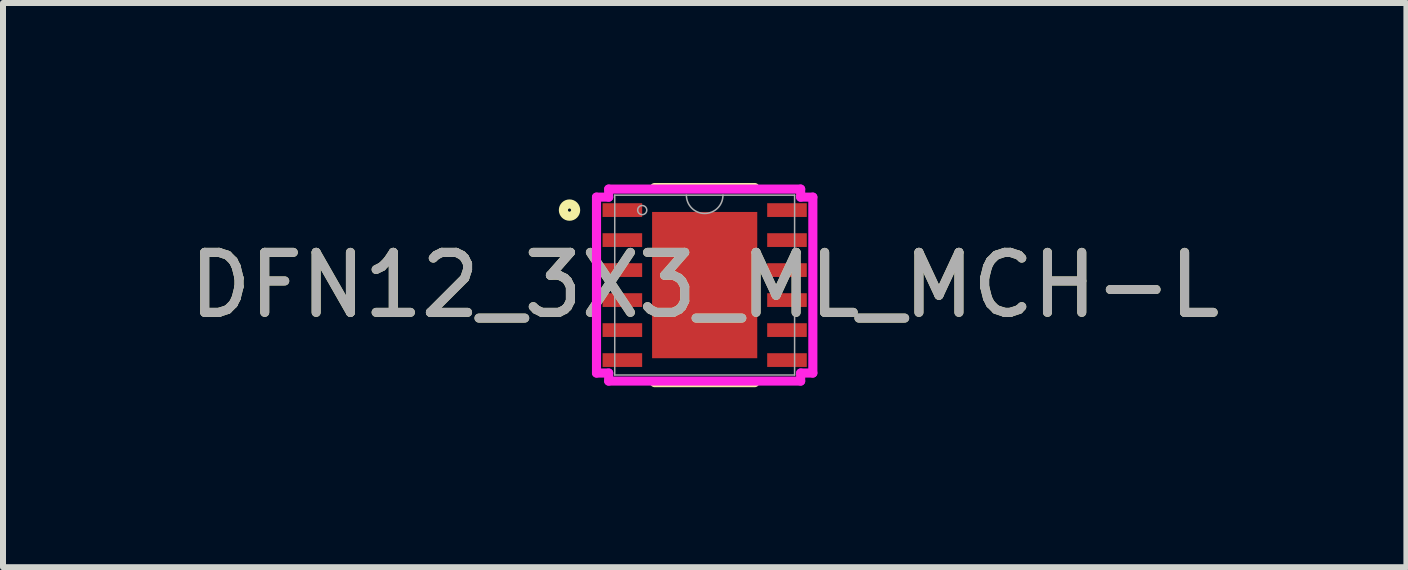
<source format=kicad_pcb>
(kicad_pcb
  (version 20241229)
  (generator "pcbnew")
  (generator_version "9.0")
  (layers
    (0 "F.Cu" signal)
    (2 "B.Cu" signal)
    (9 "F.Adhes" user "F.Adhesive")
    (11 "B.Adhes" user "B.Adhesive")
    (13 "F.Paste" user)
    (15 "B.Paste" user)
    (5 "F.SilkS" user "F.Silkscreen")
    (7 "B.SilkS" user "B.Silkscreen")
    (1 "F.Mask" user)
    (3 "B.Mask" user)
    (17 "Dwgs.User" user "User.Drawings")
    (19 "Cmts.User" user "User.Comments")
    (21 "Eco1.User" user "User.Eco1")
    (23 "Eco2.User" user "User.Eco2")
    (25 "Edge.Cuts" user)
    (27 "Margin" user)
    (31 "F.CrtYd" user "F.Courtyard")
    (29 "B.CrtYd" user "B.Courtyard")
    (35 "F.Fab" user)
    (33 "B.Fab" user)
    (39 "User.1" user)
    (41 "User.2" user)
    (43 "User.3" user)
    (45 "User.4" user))
  (footprint "DFN12_3X3_ML_MCH-L"
    (layer "F.Cu")
    (at 8.696 1.702)
    (property "Reference" "DFN12_3X3_ML_MCH-L" (at 0 0 0) (unlocked yes) (layer "F.SilkS") (effects (font (size 1 1) (thickness 0.15))))
    (attr smd)
    (fp_line (start -0.835 1.626) (end 0.835 1.626) (stroke (width 0.152) (type solid)) (layer "F.SilkS"))
    (fp_line (start 0.835 -1.626) (end -0.835 -1.626) (stroke (width 0.152) (type solid)) (layer "F.SilkS"))
    (fp_circle (center -2.253 -1.25) (end -2.151 -1.25) (stroke (width 0.152) (type solid)) (fill no) (layer "F.SilkS"))
    (fp_line (start -1.803 -1.466) (end -1.6 -1.466) (stroke (width 0.152) (type solid)) (layer "F.CrtYd"))
    (fp_line (start -1.803 1.466) (end -1.803 -1.466) (stroke (width 0.152) (type solid)) (layer "F.CrtYd"))
    (fp_line (start -1.803 1.466) (end -1.6 1.466) (stroke (width 0.152) (type solid)) (layer "F.CrtYd"))
    (fp_line (start -1.6 -1.6) (end 1.6 -1.6) (stroke (width 0.152) (type solid)) (layer "F.CrtYd"))
    (fp_line (start -1.6 -1.466) (end -1.6 -1.6) (stroke (width 0.152) (type solid)) (layer "F.CrtYd"))
    (fp_line (start -1.6 1.6) (end -1.6 1.466) (stroke (width 0.152) (type solid)) (layer "F.CrtYd"))
    (fp_line (start 1.6 -1.6) (end 1.6 -1.466) (stroke (width 0.152) (type solid)) (layer "F.CrtYd"))
    (fp_line (start 1.6 1.466) (end 1.6 1.6) (stroke (width 0.152) (type solid)) (layer "F.CrtYd"))
    (fp_line (start 1.6 1.6) (end -1.6 1.6) (stroke (width 0.152) (type solid)) (layer "F.CrtYd"))
    (fp_line (start 1.803 -1.466) (end 1.6 -1.466) (stroke (width 0.152) (type solid)) (layer "F.CrtYd"))
    (fp_line (start 1.803 -1.466) (end 1.803 1.466) (stroke (width 0.152) (type solid)) (layer "F.CrtYd"))
    (fp_line (start 1.803 1.466) (end 1.6 1.466) (stroke (width 0.152) (type solid)) (layer "F.CrtYd"))
    (fp_line (start -1.499 -1.499) (end -1.499 1.499) (stroke (width 0.025) (type solid)) (layer "F.Fab"))
    (fp_line (start -1.499 1.499) (end 1.499 1.499) (stroke (width 0.025) (type solid)) (layer "F.Fab"))
    (fp_line (start 1.499 -1.499) (end -1.499 -1.499) (stroke (width 0.025) (type solid)) (layer "F.Fab"))
    (fp_line (start 1.499 1.499) (end 1.499 -1.499) (stroke (width 0.025) (type solid)) (layer "F.Fab"))
    (fp_arc (start 0.3048 -1.4986) (mid 0 -1.1938) (end -0.3048 -1.4986) (stroke (width 0.0254) (type solid)) (layer "F.Fab"))
    (fp_circle (center -1.041 -1.25) (end -0.965 -1.25) (stroke (width 0.025) (type solid)) (fill no) (layer "F.Fab"))
    (fp_text user "${REFERENCE}" (at 0 0 0) (unlocked yes) (layer "F.Fab") (effects (font (size 1 1) (thickness 0.15))))
    (pad "1" smd rect (at -1.372 -1.25) (size 0.66 0.229) (layers "F.Cu" "F.Mask" "F.Paste"))
    (pad "2" smd rect (at -1.372 -0.75) (size 0.66 0.229) (layers "F.Cu" "F.Mask" "F.Paste"))
    (pad "3" smd rect (at -1.372 -0.25) (size 0.66 0.229) (layers "F.Cu" "F.Mask" "F.Paste"))
    (pad "4" smd rect (at -1.372 0.25) (size 0.66 0.229) (layers "F.Cu" "F.Mask" "F.Paste"))
    (pad "5" smd rect (at -1.372 0.75) (size 0.66 0.229) (layers "F.Cu" "F.Mask" "F.Paste"))
    (pad "6" smd rect (at -1.372 1.25) (size 0.66 0.229) (layers "F.Cu" "F.Mask" "F.Paste"))
    (pad "7" smd rect (at 1.372 1.25) (size 0.66 0.229) (layers "F.Cu" "F.Mask" "F.Paste"))
    (pad "8" smd rect (at 1.372 0.75) (size 0.66 0.229) (layers "F.Cu" "F.Mask" "F.Paste"))
    (pad "9" smd rect (at 1.372 0.25) (size 0.66 0.229) (layers "F.Cu" "F.Mask" "F.Paste"))
    (pad "10" smd rect (at 1.372 -0.25) (size 0.66 0.229) (layers "F.Cu" "F.Mask" "F.Paste"))
    (pad "11" smd rect (at 1.372 -0.75) (size 0.66 0.229) (layers "F.Cu" "F.Mask" "F.Paste"))
    (pad "12" smd rect (at 1.372 -1.25) (size 0.66 0.229) (layers "F.Cu" "F.Mask" "F.Paste"))
    (pad "13" smd rect (at 0 0) (size 1.753 2.438) (layers "F.Cu" "F.Mask" "F.Paste")))
  (gr_rect
    (start -3 -3)
    (end 20.393 6.404)
    (stroke (width 0.1) (type default))
    (fill no)
    (layer "Edge.Cuts")))
</source>
